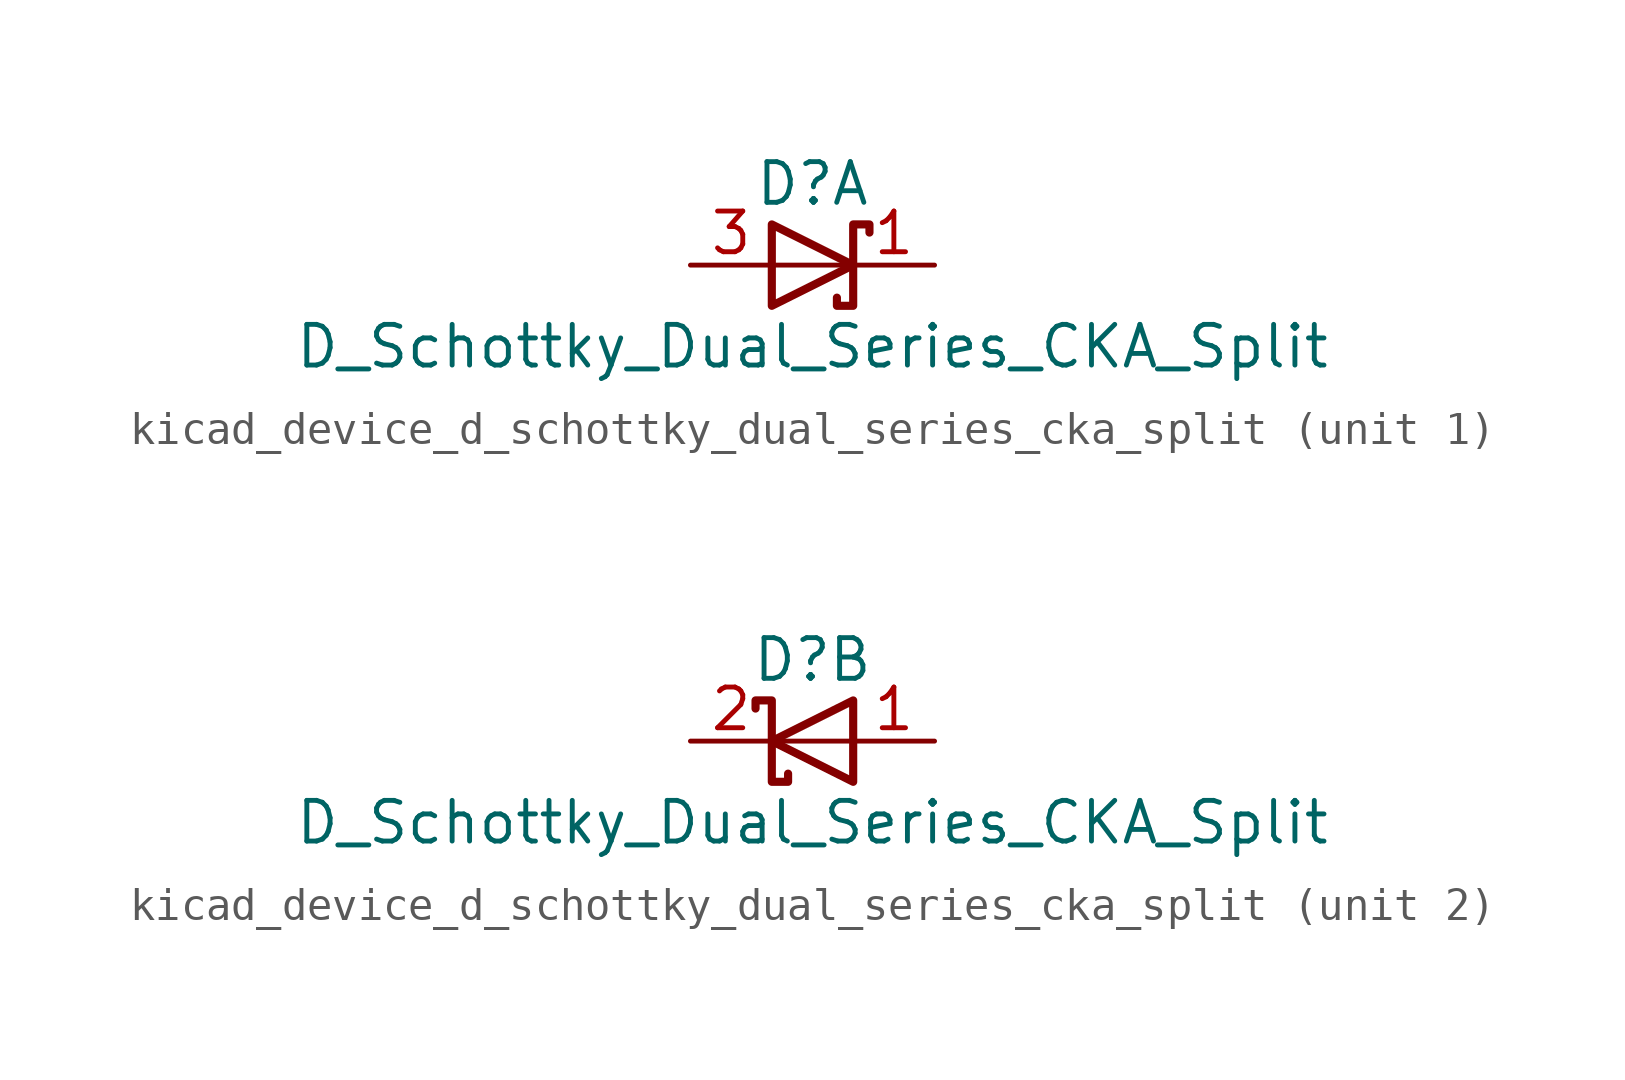
<source format=kicad_sym>
(kicad_symbol_lib
  (version 20220914)
  (generator kicad_symbol_editor)
  (symbol "kicad_device_d_schottky_dual_series_cka_split"
    (pin_names
      (offset 0.762) hide)
    (property "Reference" "D"
      (at 0 2.54 0)
      (effects (font (size 1.27 1.27))))
    (property "Value" "D_Schottky_Dual_Series_CKA_Split"
      (at 0 -2.54 0)
      (effects (font (size 1.27 1.27))))
    (property "ki_locked" ""
      (at 0 0 0)
      (effects (font (size 1.27 1.27))))
    (symbol "kicad_device_d_schottky_dual_series_cka_split_0_1"
      (pin passive line (at 3.81 0 180) (length 2.54) (name "K" (effects (font (size 1.27 1.27)))) (number "1" (effects (font (size 1.27 1.27))))))
    (symbol "kicad_device_d_schottky_dual_series_cka_split_1_1"
      (polyline (pts (xy 1.27 0) (xy -1.27 0)) (stroke (width 0) (type default)) (fill (type none)))
      (polyline (pts (xy -1.27 1.27) (xy 1.27 0) (xy -1.27 -1.27) (xy -1.27 1.27) (xy -1.27 1.27) (xy -1.27 1.27)) (stroke (width 0.254) (type default)) (fill (type none)))
      (polyline (pts (xy 1.778 1.016) (xy 1.778 1.27) (xy 1.27 1.27) (xy 1.27 -1.27) (xy 0.762 -1.27) (xy 0.762 -1.016)) (stroke (width 0.254) (type default)) (fill (type none)))
      (pin passive line (at -3.81 0 0) (length 2.54) (name "A" (effects (font (size 1.27 1.27)))) (number "3" (effects (font (size 1.27 1.27))))))
    (symbol "kicad_device_d_schottky_dual_series_cka_split_2_1"
      (polyline (pts (xy -1.27 0) (xy 1.27 0)) (stroke (width 0) (type default)) (fill (type none)))
      (polyline (pts (xy -1.778 1.016) (xy -1.778 1.27) (xy -1.27 1.27) (xy -1.27 -1.27) (xy -0.762 -1.27) (xy -0.762 -1.016)) (stroke (width 0.254) (type default)) (fill (type none)))
      (polyline (pts (xy 1.27 1.27) (xy -1.27 0) (xy 1.27 -1.27) (xy 1.27 1.27) (xy 1.27 1.27) (xy 1.27 1.27)) (stroke (width 0.254) (type default)) (fill (type none)))
      (pin passive line (at -3.81 0 0) (length 2.54) (name "K" (effects (font (size 1.27 1.27)))) (number "2" (effects (font (size 1.27 1.27))))))))
</source>
